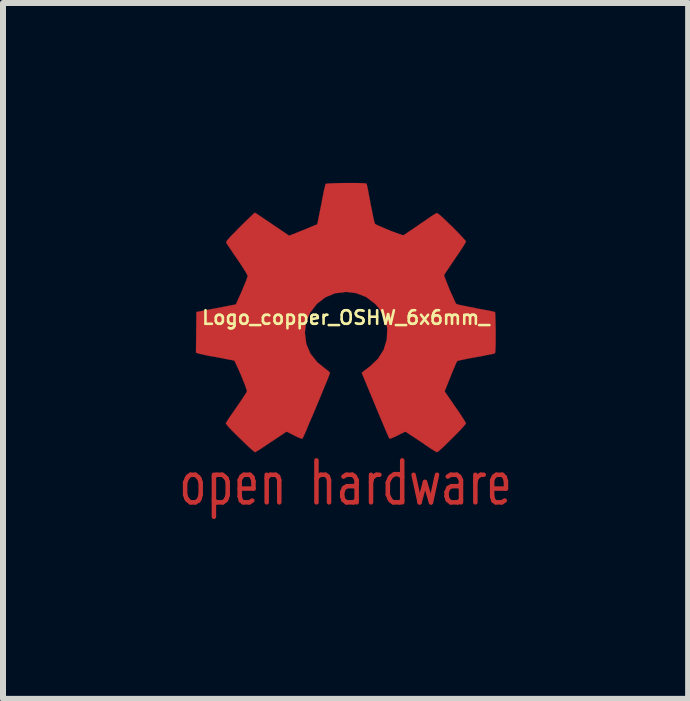
<source format=kicad_pcb>
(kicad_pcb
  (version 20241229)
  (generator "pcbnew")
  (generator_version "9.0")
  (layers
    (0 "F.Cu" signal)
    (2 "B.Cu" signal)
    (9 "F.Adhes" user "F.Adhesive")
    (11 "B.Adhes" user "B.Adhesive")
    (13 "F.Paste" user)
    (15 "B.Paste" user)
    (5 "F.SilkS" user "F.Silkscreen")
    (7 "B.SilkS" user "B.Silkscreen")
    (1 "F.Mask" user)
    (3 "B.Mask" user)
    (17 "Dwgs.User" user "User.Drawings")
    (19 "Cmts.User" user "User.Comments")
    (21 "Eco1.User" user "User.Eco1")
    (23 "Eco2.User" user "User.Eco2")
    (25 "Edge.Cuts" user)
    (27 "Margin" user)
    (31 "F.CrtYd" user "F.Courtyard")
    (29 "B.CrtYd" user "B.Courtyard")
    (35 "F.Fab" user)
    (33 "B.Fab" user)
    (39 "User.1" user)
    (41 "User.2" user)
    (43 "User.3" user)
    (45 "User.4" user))
  (footprint "Logo_copper_OSHW_6x6mm_"
    (layer "F.Cu")
    (at 2.717 2.247)
    (property "Reference" "Logo_copper_OSHW_6x6mm_" (at 0 0 0) (layer "F.SilkS") (effects (font (size 0.226 0.226) (thickness 0.043))))
    (attr through_hole)
    (fp_line (start -2.68 2.75) (end -2.68 2.95) (stroke (width 0.075) (type solid)) (layer "F.Cu"))
    (fp_line (start -2.68 2.95) (end -2.66 3.01) (stroke (width 0.075) (type solid)) (layer "F.Cu"))
    (fp_line (start -2.66 3.01) (end -2.64 3.04) (stroke (width 0.075) (type solid)) (layer "F.Cu"))
    (fp_line (start -2.65 2.68) (end -2.68 2.75) (stroke (width 0.075) (type solid)) (layer "F.Cu"))
    (fp_line (start -2.64 3.04) (end -2.59 3.08) (stroke (width 0.075) (type solid)) (layer "F.Cu"))
    (fp_line (start -2.63 2.65) (end -2.65 2.68) (stroke (width 0.075) (type solid)) (layer "F.Cu"))
    (fp_line (start -2.59 2.62) (end -2.63 2.65) (stroke (width 0.075) (type solid)) (layer "F.Cu"))
    (fp_line (start -2.59 3.08) (end -2.51 3.08) (stroke (width 0.075) (type solid)) (layer "F.Cu"))
    (fp_line (start -2.51 2.62) (end -2.59 2.62) (stroke (width 0.075) (type solid)) (layer "F.Cu"))
    (fp_line (start -2.51 3.08) (end -2.46 3.05) (stroke (width 0.075) (type solid)) (layer "F.Cu"))
    (fp_line (start -2.46 2.66) (end -2.51 2.62) (stroke (width 0.075) (type solid)) (layer "F.Cu"))
    (fp_line (start -2.46 3.05) (end -2.44 3.02) (stroke (width 0.075) (type solid)) (layer "F.Cu"))
    (fp_line (start -2.44 2.69) (end -2.46 2.66) (stroke (width 0.075) (type solid)) (layer "F.Cu"))
    (fp_line (start -2.44 3.02) (end -2.42 2.95) (stroke (width 0.075) (type solid)) (layer "F.Cu"))
    (fp_line (start -2.42 2.75) (end -2.44 2.69) (stroke (width 0.075) (type solid)) (layer "F.Cu"))
    (fp_line (start -2.42 2.95) (end -2.42 2.75) (stroke (width 0.075) (type solid)) (layer "F.Cu"))
    (fp_line (start -2.2 2.65) (end -2.16 2.62) (stroke (width 0.075) (type solid)) (layer "F.Cu"))
    (fp_line (start -2.2 3.32) (end -2.2 2.62) (stroke (width 0.075) (type solid)) (layer "F.Cu"))
    (fp_line (start -2.16 2.62) (end -2.06 2.62) (stroke (width 0.075) (type solid)) (layer "F.Cu"))
    (fp_line (start -2.15 3.08) (end -2.2 3.05) (stroke (width 0.075) (type solid)) (layer "F.Cu"))
    (fp_line (start -2.06 2.62) (end -2.02 2.65) (stroke (width 0.075) (type solid)) (layer "F.Cu"))
    (fp_line (start -2.05 3.08) (end -2.15 3.08) (stroke (width 0.075) (type solid)) (layer "F.Cu"))
    (fp_line (start -2.02 2.65) (end -1.99 2.68) (stroke (width 0.075) (type solid)) (layer "F.Cu"))
    (fp_line (start -2.01 3.05) (end -2.05 3.08) (stroke (width 0.075) (type solid)) (layer "F.Cu"))
    (fp_line (start -1.99 2.68) (end -1.97 2.74) (stroke (width 0.075) (type solid)) (layer "F.Cu"))
    (fp_line (start -1.99 3.02) (end -2.01 3.05) (stroke (width 0.075) (type solid)) (layer "F.Cu"))
    (fp_line (start -1.97 2.74) (end -1.97 2.96) (stroke (width 0.075) (type solid)) (layer "F.Cu"))
    (fp_line (start -1.97 2.96) (end -1.99 3.02) (stroke (width 0.075) (type solid)) (layer "F.Cu"))
    (fp_line (start -1.77 2.71) (end -1.77 2.98) (stroke (width 0.075) (type solid)) (layer "F.Cu"))
    (fp_line (start -1.77 2.98) (end -1.75 3.05) (stroke (width 0.075) (type solid)) (layer "F.Cu"))
    (fp_line (start -1.75 3.05) (end -1.71 3.08) (stroke (width 0.075) (type solid)) (layer "F.Cu"))
    (fp_line (start -1.74 2.65) (end -1.77 2.71) (stroke (width 0.075) (type solid)) (layer "F.Cu"))
    (fp_line (start -1.71 3.08) (end -1.61 3.08) (stroke (width 0.075) (type solid)) (layer "F.Cu"))
    (fp_line (start -1.7 2.62) (end -1.74 2.65) (stroke (width 0.075) (type solid)) (layer "F.Cu"))
    (fp_line (start -1.61 3.08) (end -1.56 3.05) (stroke (width 0.075) (type solid)) (layer "F.Cu"))
    (fp_line (start -1.6 2.62) (end -1.7 2.62) (stroke (width 0.075) (type solid)) (layer "F.Cu"))
    (fp_line (start -1.56 2.66) (end -1.6 2.62) (stroke (width 0.075) (type solid)) (layer "F.Cu"))
    (fp_line (start -1.54 2.73) (end -1.56 2.66) (stroke (width 0.075) (type solid)) (layer "F.Cu"))
    (fp_line (start -1.54 2.85) (end -1.77 2.85) (stroke (width 0.075) (type solid)) (layer "F.Cu"))
    (fp_line (start -1.54 2.85) (end -1.54 2.73) (stroke (width 0.075) (type solid)) (layer "F.Cu"))
    (fp_line (start -1.32 2.62) (end -1.32 3.08) (stroke (width 0.075) (type solid)) (layer "F.Cu"))
    (fp_line (start -1.32 2.68) (end -1.3 2.65) (stroke (width 0.075) (type solid)) (layer "F.Cu"))
    (fp_line (start -1.3 2.65) (end -1.26 2.62) (stroke (width 0.075) (type solid)) (layer "F.Cu"))
    (fp_line (start -1.26 2.62) (end -1.17 2.62) (stroke (width 0.075) (type solid)) (layer "F.Cu"))
    (fp_line (start -1.17 2.62) (end -1.13 2.65) (stroke (width 0.075) (type solid)) (layer "F.Cu"))
    (fp_line (start -1.13 2.65) (end -1.11 2.71) (stroke (width 0.075) (type solid)) (layer "F.Cu"))
    (fp_line (start -1.11 2.71) (end -1.11 3.08) (stroke (width 0.075) (type solid)) (layer "F.Cu"))
    (fp_line (start -0.49 2.38) (end -0.49 3.08) (stroke (width 0.075) (type solid)) (layer "F.Cu"))
    (fp_line (start -0.49 2.69) (end -0.47 2.65) (stroke (width 0.075) (type solid)) (layer "F.Cu"))
    (fp_line (start -0.47 2.65) (end -0.42 2.62) (stroke (width 0.075) (type solid)) (layer "F.Cu"))
    (fp_line (start -0.42 2.62) (end -0.34 2.62) (stroke (width 0.075) (type solid)) (layer "F.Cu"))
    (fp_line (start -0.34 2.62) (end -0.3 2.65) (stroke (width 0.075) (type solid)) (layer "F.Cu"))
    (fp_line (start -0.3 2.65) (end -0.28 2.71) (stroke (width 0.075) (type solid)) (layer "F.Cu"))
    (fp_line (start -0.28 2.71) (end -0.28 3.08) (stroke (width 0.075) (type solid)) (layer "F.Cu"))
    (fp_line (start -0.06 2.91) (end -0.06 2.98) (stroke (width 0.075) (type solid)) (layer "F.Cu"))
    (fp_line (start -0.06 2.98) (end -0.04 3.04) (stroke (width 0.075) (type solid)) (layer "F.Cu"))
    (fp_line (start -0.04 2.65) (end 0.01 2.62) (stroke (width 0.075) (type solid)) (layer "F.Cu"))
    (fp_line (start -0.04 3.04) (end 0.01 3.08) (stroke (width 0.075) (type solid)) (layer "F.Cu"))
    (fp_line (start -0.03 2.84) (end -0.06 2.91) (stroke (width 0.075) (type solid)) (layer "F.Cu"))
    (fp_line (start 0.01 2.62) (end 0.11 2.62) (stroke (width 0.075) (type solid)) (layer "F.Cu"))
    (fp_line (start 0.01 3.08) (end 0.13 3.08) (stroke (width 0.075) (type solid)) (layer "F.Cu"))
    (fp_line (start 0.02 2.81) (end -0.03 2.84) (stroke (width 0.075) (type solid)) (layer "F.Cu"))
    (fp_line (start 0.11 2.62) (end 0.15 2.65) (stroke (width 0.075) (type solid)) (layer "F.Cu"))
    (fp_line (start 0.13 3.08) (end 0.18 3.04) (stroke (width 0.075) (type solid)) (layer "F.Cu"))
    (fp_line (start 0.14 2.81) (end 0.02 2.81) (stroke (width 0.075) (type solid)) (layer "F.Cu"))
    (fp_line (start 0.15 2.65) (end 0.18 2.71) (stroke (width 0.075) (type solid)) (layer "F.Cu"))
    (fp_line (start 0.18 2.71) (end 0.18 3.08) (stroke (width 0.075) (type solid)) (layer "F.Cu"))
    (fp_line (start 0.18 2.78) (end 0.14 2.81) (stroke (width 0.075) (type solid)) (layer "F.Cu"))
    (fp_line (start 0.42 2.62) (end 0.42 3.08) (stroke (width 0.075) (type solid)) (layer "F.Cu"))
    (fp_line (start 0.42 2.74) (end 0.44 2.67) (stroke (width 0.075) (type solid)) (layer "F.Cu"))
    (fp_line (start 0.44 2.67) (end 0.46 2.65) (stroke (width 0.075) (type solid)) (layer "F.Cu"))
    (fp_line (start 0.46 2.65) (end 0.51 2.62) (stroke (width 0.075) (type solid)) (layer "F.Cu"))
    (fp_line (start 0.51 2.62) (end 0.56 2.62) (stroke (width 0.075) (type solid)) (layer "F.Cu"))
    (fp_line (start 0.7 2.75) (end 0.73 2.68) (stroke (width 0.075) (type solid)) (layer "F.Cu"))
    (fp_line (start 0.7 2.95) (end 0.7 2.75) (stroke (width 0.075) (type solid)) (layer "F.Cu"))
    (fp_line (start 0.73 2.68) (end 0.75 2.65) (stroke (width 0.075) (type solid)) (layer "F.Cu"))
    (fp_line (start 0.73 3.02) (end 0.7 2.95) (stroke (width 0.075) (type solid)) (layer "F.Cu"))
    (fp_line (start 0.75 2.65) (end 0.81 2.61) (stroke (width 0.075) (type solid)) (layer "F.Cu"))
    (fp_line (start 0.75 3.05) (end 0.73 3.02) (stroke (width 0.075) (type solid)) (layer "F.Cu"))
    (fp_line (start 0.79 3.08) (end 0.75 3.05) (stroke (width 0.075) (type solid)) (layer "F.Cu"))
    (fp_line (start 0.81 2.61) (end 0.88 2.61) (stroke (width 0.075) (type solid)) (layer "F.Cu"))
    (fp_line (start 0.88 2.61) (end 0.94 2.65) (stroke (width 0.075) (type solid)) (layer "F.Cu"))
    (fp_line (start 0.9 3.08) (end 0.79 3.08) (stroke (width 0.075) (type solid)) (layer "F.Cu"))
    (fp_line (start 0.94 2.38) (end 0.94 3.08) (stroke (width 0.075) (type solid)) (layer "F.Cu"))
    (fp_line (start 0.94 3.05) (end 0.9 3.08) (stroke (width 0.075) (type solid)) (layer "F.Cu"))
    (fp_line (start 1.13 2.62) (end 1.23 3.08) (stroke (width 0.075) (type solid)) (layer "F.Cu"))
    (fp_line (start 1.23 3.08) (end 1.32 2.74) (stroke (width 0.075) (type solid)) (layer "F.Cu"))
    (fp_line (start 1.32 2.74) (end 1.42 3.08) (stroke (width 0.075) (type solid)) (layer "F.Cu"))
    (fp_line (start 1.42 3.08) (end 1.52 2.62) (stroke (width 0.075) (type solid)) (layer "F.Cu"))
    (fp_line (start 1.68 2.91) (end 1.68 2.98) (stroke (width 0.075) (type solid)) (layer "F.Cu"))
    (fp_line (start 1.68 2.98) (end 1.7 3.04) (stroke (width 0.075) (type solid)) (layer "F.Cu"))
    (fp_line (start 1.7 2.65) (end 1.75 2.62) (stroke (width 0.075) (type solid)) (layer "F.Cu"))
    (fp_line (start 1.7 3.04) (end 1.75 3.08) (stroke (width 0.075) (type solid)) (layer "F.Cu"))
    (fp_line (start 1.71 2.84) (end 1.68 2.91) (stroke (width 0.075) (type solid)) (layer "F.Cu"))
    (fp_line (start 1.75 2.62) (end 1.85 2.62) (stroke (width 0.075) (type solid)) (layer "F.Cu"))
    (fp_line (start 1.75 3.08) (end 1.87 3.08) (stroke (width 0.075) (type solid)) (layer "F.Cu"))
    (fp_line (start 1.76 2.81) (end 1.71 2.84) (stroke (width 0.075) (type solid)) (layer "F.Cu"))
    (fp_line (start 1.85 2.62) (end 1.89 2.65) (stroke (width 0.075) (type solid)) (layer "F.Cu"))
    (fp_line (start 1.87 3.08) (end 1.92 3.04) (stroke (width 0.075) (type solid)) (layer "F.Cu"))
    (fp_line (start 1.88 2.81) (end 1.76 2.81) (stroke (width 0.075) (type solid)) (layer "F.Cu"))
    (fp_line (start 1.89 2.65) (end 1.92 2.71) (stroke (width 0.075) (type solid)) (layer "F.Cu"))
    (fp_line (start 1.92 2.71) (end 1.92 3.08) (stroke (width 0.075) (type solid)) (layer "F.Cu"))
    (fp_line (start 1.92 2.78) (end 1.88 2.81) (stroke (width 0.075) (type solid)) (layer "F.Cu"))
    (fp_line (start 2.16 2.62) (end 2.16 3.08) (stroke (width 0.075) (type solid)) (layer "F.Cu"))
    (fp_line (start 2.16 2.74) (end 2.18 2.67) (stroke (width 0.075) (type solid)) (layer "F.Cu"))
    (fp_line (start 2.18 2.67) (end 2.2 2.65) (stroke (width 0.075) (type solid)) (layer "F.Cu"))
    (fp_line (start 2.2 2.65) (end 2.25 2.62) (stroke (width 0.075) (type solid)) (layer "F.Cu"))
    (fp_line (start 2.25 2.62) (end 2.3 2.62) (stroke (width 0.075) (type solid)) (layer "F.Cu"))
    (fp_line (start 2.44 2.71) (end 2.44 2.98) (stroke (width 0.075) (type solid)) (layer "F.Cu"))
    (fp_line (start 2.44 2.98) (end 2.46 3.05) (stroke (width 0.075) (type solid)) (layer "F.Cu"))
    (fp_line (start 2.46 3.05) (end 2.5 3.08) (stroke (width 0.075) (type solid)) (layer "F.Cu"))
    (fp_line (start 2.47 2.65) (end 2.44 2.71) (stroke (width 0.075) (type solid)) (layer "F.Cu"))
    (fp_line (start 2.5 3.08) (end 2.6 3.08) (stroke (width 0.075) (type solid)) (layer "F.Cu"))
    (fp_line (start 2.51 2.62) (end 2.47 2.65) (stroke (width 0.075) (type solid)) (layer "F.Cu"))
    (fp_line (start 2.6 3.08) (end 2.65 3.05) (stroke (width 0.075) (type solid)) (layer "F.Cu"))
    (fp_line (start 2.61 2.62) (end 2.51 2.62) (stroke (width 0.075) (type solid)) (layer "F.Cu"))
    (fp_line (start 2.65 2.66) (end 2.61 2.62) (stroke (width 0.075) (type solid)) (layer "F.Cu"))
    (fp_line (start 2.67 2.73) (end 2.65 2.66) (stroke (width 0.075) (type solid)) (layer "F.Cu"))
    (fp_line (start 2.67 2.85) (end 2.44 2.85) (stroke (width 0.075) (type solid)) (layer "F.Cu"))
    (fp_line (start 2.67 2.85) (end 2.67 2.73) (stroke (width 0.075) (type solid)) (layer "F.Cu"))
    (fp_poly (pts (xy -1.514 2.245) (xy -1.488 2.23) (xy -1.43 2.195) (xy -1.346 2.139) (xy -1.247 2.073) (xy -1.148 2.007) (xy -1.067 1.953) (xy -1.011 1.915) (xy -0.986 1.902) (xy -0.973 1.908) (xy -0.927 1.93) (xy -0.859 1.966) (xy -0.818 1.986) (xy -0.757 2.012) (xy -0.724 2.019) (xy -0.719 2.009) (xy -0.696 1.961) (xy -0.66 1.88) (xy -0.615 1.77) (xy -0.559 1.643) (xy -0.503 1.509) (xy -0.445 1.369) (xy -0.389 1.234) (xy -0.34 1.115) (xy -0.3 1.019) (xy -0.274 0.95) (xy -0.264 0.922) (xy -0.267 0.914) (xy -0.3 0.884) (xy -0.353 0.843) (xy -0.472 0.747) (xy -0.589 0.602) (xy -0.66 0.437) (xy -0.683 0.251) (xy -0.663 0.081) (xy -0.597 -0.081) (xy -0.483 -0.229) (xy -0.343 -0.338) (xy -0.18 -0.406) (xy 0 -0.429) (xy 0.173 -0.409) (xy 0.34 -0.343) (xy 0.488 -0.231) (xy 0.551 -0.16) (xy 0.638 -0.01) (xy 0.686 0.147) (xy 0.691 0.188) (xy 0.683 0.363) (xy 0.632 0.533) (xy 0.538 0.683) (xy 0.409 0.808) (xy 0.394 0.818) (xy 0.335 0.864) (xy 0.295 0.894) (xy 0.264 0.919) (xy 0.488 1.458) (xy 0.523 1.542) (xy 0.584 1.689) (xy 0.638 1.816) (xy 0.681 1.918) (xy 0.711 1.984) (xy 0.724 2.012) (xy 0.724 2.014) (xy 0.744 2.017) (xy 0.785 2.002) (xy 0.861 1.966) (xy 0.909 1.941) (xy 0.968 1.913) (xy 0.993 1.902) (xy 1.016 1.915) (xy 1.069 1.951) (xy 1.151 2.004) (xy 1.247 2.068) (xy 1.339 2.131) (xy 1.422 2.187) (xy 1.483 2.225) (xy 1.514 2.243) (xy 1.519 2.243) (xy 1.544 2.228) (xy 1.593 2.187) (xy 1.666 2.118) (xy 1.77 2.014) (xy 1.786 1.999) (xy 1.872 1.913) (xy 1.941 1.839) (xy 1.986 1.788) (xy 2.004 1.765) (xy 1.989 1.735) (xy 1.951 1.674) (xy 1.895 1.587) (xy 1.826 1.488) (xy 1.648 1.229) (xy 1.745 0.986) (xy 1.775 0.909) (xy 1.814 0.82) (xy 1.841 0.754) (xy 1.857 0.726) (xy 1.882 0.716) (xy 1.951 0.701) (xy 2.047 0.681) (xy 2.162 0.66) (xy 2.273 0.64) (xy 2.372 0.62) (xy 2.443 0.607) (xy 2.477 0.599) (xy 2.484 0.594) (xy 2.492 0.579) (xy 2.494 0.546) (xy 2.497 0.485) (xy 2.499 0.391) (xy 2.499 0.251) (xy 2.499 0.236) (xy 2.497 0.107) (xy 2.494 0) (xy 2.492 -0.066) (xy 2.487 -0.094) (xy 2.456 -0.102) (xy 2.385 -0.117) (xy 2.286 -0.135) (xy 2.167 -0.157) (xy 2.159 -0.16) (xy 2.042 -0.183) (xy 1.943 -0.203) (xy 1.872 -0.218) (xy 1.844 -0.229) (xy 1.836 -0.236) (xy 1.814 -0.282) (xy 1.781 -0.356) (xy 1.74 -0.445) (xy 1.702 -0.538) (xy 1.669 -0.622) (xy 1.646 -0.683) (xy 1.638 -0.711) (xy 1.641 -0.714) (xy 1.659 -0.742) (xy 1.699 -0.803) (xy 1.755 -0.886) (xy 1.824 -0.988) (xy 1.829 -0.996) (xy 1.897 -1.095) (xy 1.953 -1.181) (xy 1.989 -1.24) (xy 2.004 -1.267) (xy 2.004 -1.27) (xy 1.981 -1.3) (xy 1.93 -1.356) (xy 1.857 -1.433) (xy 1.77 -1.521) (xy 1.742 -1.547) (xy 1.643 -1.643) (xy 1.577 -1.704) (xy 1.534 -1.737) (xy 1.514 -1.745) (xy 1.483 -1.727) (xy 1.42 -1.687) (xy 1.336 -1.628) (xy 1.234 -1.56) (xy 1.227 -1.554) (xy 1.128 -1.486) (xy 1.044 -1.43) (xy 0.986 -1.389) (xy 0.958 -1.374) (xy 0.955 -1.374) (xy 0.914 -1.387) (xy 0.843 -1.412) (xy 0.754 -1.445) (xy 0.663 -1.483) (xy 0.579 -1.519) (xy 0.516 -1.547) (xy 0.485 -1.565) (xy 0.475 -1.6) (xy 0.457 -1.676) (xy 0.437 -1.778) (xy 0.411 -1.9) (xy 0.409 -1.92) (xy 0.386 -2.04) (xy 0.368 -2.139) (xy 0.353 -2.207) (xy 0.345 -2.235) (xy 0.33 -2.238) (xy 0.272 -2.243) (xy 0.183 -2.245) (xy 0.074 -2.245) (xy -0.038 -2.245) (xy -0.147 -2.243) (xy -0.241 -2.24) (xy -0.31 -2.235) (xy -0.338 -2.23) (xy -0.338 -2.228) (xy -0.348 -2.189) (xy -0.366 -2.116) (xy -0.386 -2.012) (xy -0.409 -1.89) (xy -0.414 -1.867) (xy -0.437 -1.75) (xy -0.457 -1.651) (xy -0.47 -1.585) (xy -0.478 -1.557) (xy -0.49 -1.552) (xy -0.538 -1.532) (xy -0.617 -1.499) (xy -0.716 -1.458) (xy -0.945 -1.367) (xy -1.227 -1.557) (xy -1.252 -1.575) (xy -1.354 -1.643) (xy -1.435 -1.699) (xy -1.494 -1.737) (xy -1.516 -1.75) (xy -1.519 -1.75) (xy -1.547 -1.725) (xy -1.603 -1.671) (xy -1.679 -1.598) (xy -1.768 -1.511) (xy -1.831 -1.445) (xy -1.91 -1.367) (xy -1.958 -1.313) (xy -1.986 -1.28) (xy -1.994 -1.26) (xy -1.991 -1.245) (xy -1.974 -1.217) (xy -1.933 -1.156) (xy -1.875 -1.069) (xy -1.806 -0.97) (xy -1.75 -0.886) (xy -1.689 -0.792) (xy -1.651 -0.726) (xy -1.636 -0.693) (xy -1.641 -0.681) (xy -1.659 -0.625) (xy -1.694 -0.541) (xy -1.735 -0.442) (xy -1.834 -0.221) (xy -1.979 -0.193) (xy -2.068 -0.175) (xy -2.189 -0.152) (xy -2.309 -0.13) (xy -2.492 -0.094) (xy -2.499 0.582) (xy -2.471 0.594) (xy -2.443 0.602) (xy -2.375 0.617) (xy -2.278 0.638) (xy -2.162 0.658) (xy -2.065 0.676) (xy -1.966 0.696) (xy -1.895 0.709) (xy -1.864 0.716) (xy -1.854 0.726) (xy -1.831 0.775) (xy -1.796 0.851) (xy -1.755 0.942) (xy -1.717 1.036) (xy -1.681 1.125) (xy -1.659 1.191) (xy -1.648 1.224) (xy -1.661 1.252) (xy -1.699 1.311) (xy -1.753 1.392) (xy -1.821 1.491) (xy -1.887 1.587) (xy -1.946 1.671) (xy -1.984 1.732) (xy -2.002 1.76) (xy -1.991 1.778) (xy -1.953 1.826) (xy -1.88 1.902) (xy -1.768 2.012) (xy -1.75 2.029) (xy -1.664 2.113) (xy -1.59 2.182) (xy -1.537 2.228) (xy -1.514 2.245)) (stroke (width 0.003) (type solid)) (fill yes) (layer "F.Cu"))
    (fp_line (start -2.68 2.75) (end -2.68 2.95) (stroke (width 0.075) (type solid)) (layer "F.Mask"))
    (fp_line (start -2.68 2.95) (end -2.66 3.01) (stroke (width 0.075) (type solid)) (layer "F.Mask"))
    (fp_line (start -2.66 3.01) (end -2.64 3.04) (stroke (width 0.075) (type solid)) (layer "F.Mask"))
    (fp_line (start -2.65 2.68) (end -2.68 2.75) (stroke (width 0.075) (type solid)) (layer "F.Mask"))
    (fp_line (start -2.64 3.04) (end -2.59 3.08) (stroke (width 0.075) (type solid)) (layer "F.Mask"))
    (fp_line (start -2.63 2.65) (end -2.65 2.68) (stroke (width 0.075) (type solid)) (layer "F.Mask"))
    (fp_line (start -2.59 2.62) (end -2.63 2.65) (stroke (width 0.075) (type solid)) (layer "F.Mask"))
    (fp_line (start -2.59 3.08) (end -2.51 3.08) (stroke (width 0.075) (type solid)) (layer "F.Mask"))
    (fp_line (start -2.51 2.62) (end -2.59 2.62) (stroke (width 0.075) (type solid)) (layer "F.Mask"))
    (fp_line (start -2.51 3.08) (end -2.46 3.05) (stroke (width 0.075) (type solid)) (layer "F.Mask"))
    (fp_line (start -2.46 2.66) (end -2.51 2.62) (stroke (width 0.075) (type solid)) (layer "F.Mask"))
    (fp_line (start -2.46 3.05) (end -2.44 3.02) (stroke (width 0.075) (type solid)) (layer "F.Mask"))
    (fp_line (start -2.44 2.69) (end -2.46 2.66) (stroke (width 0.075) (type solid)) (layer "F.Mask"))
    (fp_line (start -2.44 3.02) (end -2.42 2.95) (stroke (width 0.075) (type solid)) (layer "F.Mask"))
    (fp_line (start -2.42 2.75) (end -2.44 2.69) (stroke (width 0.075) (type solid)) (layer "F.Mask"))
    (fp_line (start -2.42 2.95) (end -2.42 2.75) (stroke (width 0.075) (type solid)) (layer "F.Mask"))
    (fp_line (start -2.2 2.65) (end -2.16 2.62) (stroke (width 0.075) (type solid)) (layer "F.Mask"))
    (fp_line (start -2.2 3.32) (end -2.2 2.62) (stroke (width 0.075) (type solid)) (layer "F.Mask"))
    (fp_line (start -2.16 2.62) (end -2.06 2.62) (stroke (width 0.075) (type solid)) (layer "F.Mask"))
    (fp_line (start -2.15 3.08) (end -2.2 3.05) (stroke (width 0.075) (type solid)) (layer "F.Mask"))
    (fp_line (start -2.06 2.62) (end -2.02 2.65) (stroke (width 0.075) (type solid)) (layer "F.Mask"))
    (fp_line (start -2.05 3.08) (end -2.15 3.08) (stroke (width 0.075) (type solid)) (layer "F.Mask"))
    (fp_line (start -2.02 2.65) (end -1.99 2.68) (stroke (width 0.075) (type solid)) (layer "F.Mask"))
    (fp_line (start -2.01 3.05) (end -2.05 3.08) (stroke (width 0.075) (type solid)) (layer "F.Mask"))
    (fp_line (start -1.99 2.68) (end -1.97 2.74) (stroke (width 0.075) (type solid)) (layer "F.Mask"))
    (fp_line (start -1.99 3.02) (end -2.01 3.05) (stroke (width 0.075) (type solid)) (layer "F.Mask"))
    (fp_line (start -1.97 2.74) (end -1.97 2.96) (stroke (width 0.075) (type solid)) (layer "F.Mask"))
    (fp_line (start -1.97 2.96) (end -1.99 3.02) (stroke (width 0.075) (type solid)) (layer "F.Mask"))
    (fp_line (start -1.77 2.71) (end -1.77 2.98) (stroke (width 0.075) (type solid)) (layer "F.Mask"))
    (fp_line (start -1.77 2.98) (end -1.75 3.05) (stroke (width 0.075) (type solid)) (layer "F.Mask"))
    (fp_line (start -1.75 3.05) (end -1.71 3.08) (stroke (width 0.075) (type solid)) (layer "F.Mask"))
    (fp_line (start -1.74 2.65) (end -1.77 2.71) (stroke (width 0.075) (type solid)) (layer "F.Mask"))
    (fp_line (start -1.71 3.08) (end -1.61 3.08) (stroke (width 0.075) (type solid)) (layer "F.Mask"))
    (fp_line (start -1.7 2.62) (end -1.74 2.65) (stroke (width 0.075) (type solid)) (layer "F.Mask"))
    (fp_line (start -1.61 3.08) (end -1.56 3.05) (stroke (width 0.075) (type solid)) (layer "F.Mask"))
    (fp_line (start -1.6 2.62) (end -1.7 2.62) (stroke (width 0.075) (type solid)) (layer "F.Mask"))
    (fp_line (start -1.56 2.66) (end -1.6 2.62) (stroke (width 0.075) (type solid)) (layer "F.Mask"))
    (fp_line (start -1.54 2.73) (end -1.56 2.66) (stroke (width 0.075) (type solid)) (layer "F.Mask"))
    (fp_line (start -1.54 2.85) (end -1.77 2.85) (stroke (width 0.075) (type solid)) (layer "F.Mask"))
    (fp_line (start -1.54 2.85) (end -1.54 2.73) (stroke (width 0.075) (type solid)) (layer "F.Mask"))
    (fp_line (start -1.32 2.62) (end -1.32 3.08) (stroke (width 0.075) (type solid)) (layer "F.Mask"))
    (fp_line (start -1.32 2.68) (end -1.3 2.65) (stroke (width 0.075) (type solid)) (layer "F.Mask"))
    (fp_line (start -1.3 2.65) (end -1.26 2.62) (stroke (width 0.075) (type solid)) (layer "F.Mask"))
    (fp_line (start -1.26 2.62) (end -1.17 2.62) (stroke (width 0.075) (type solid)) (layer "F.Mask"))
    (fp_line (start -1.17 2.62) (end -1.13 2.65) (stroke (width 0.075) (type solid)) (layer "F.Mask"))
    (fp_line (start -1.13 2.65) (end -1.11 2.71) (stroke (width 0.075) (type solid)) (layer "F.Mask"))
    (fp_line (start -1.11 2.71) (end -1.11 3.08) (stroke (width 0.075) (type solid)) (layer "F.Mask"))
    (fp_line (start -0.49 2.38) (end -0.49 3.08) (stroke (width 0.075) (type solid)) (layer "F.Mask"))
    (fp_line (start -0.49 2.69) (end -0.47 2.65) (stroke (width 0.075) (type solid)) (layer "F.Mask"))
    (fp_line (start -0.47 2.65) (end -0.42 2.62) (stroke (width 0.075) (type solid)) (layer "F.Mask"))
    (fp_line (start -0.42 2.62) (end -0.34 2.62) (stroke (width 0.075) (type solid)) (layer "F.Mask"))
    (fp_line (start -0.34 2.62) (end -0.3 2.65) (stroke (width 0.075) (type solid)) (layer "F.Mask"))
    (fp_line (start -0.3 2.65) (end -0.28 2.71) (stroke (width 0.075) (type solid)) (layer "F.Mask"))
    (fp_line (start -0.28 2.71) (end -0.28 3.08) (stroke (width 0.075) (type solid)) (layer "F.Mask"))
    (fp_line (start -0.06 2.91) (end -0.06 2.98) (stroke (width 0.075) (type solid)) (layer "F.Mask"))
    (fp_line (start -0.06 2.98) (end -0.04 3.04) (stroke (width 0.075) (type solid)) (layer "F.Mask"))
    (fp_line (start -0.04 2.65) (end 0.01 2.62) (stroke (width 0.075) (type solid)) (layer "F.Mask"))
    (fp_line (start -0.04 3.04) (end 0.01 3.08) (stroke (width 0.075) (type solid)) (layer "F.Mask"))
    (fp_line (start -0.03 2.84) (end -0.06 2.91) (stroke (width 0.075) (type solid)) (layer "F.Mask"))
    (fp_line (start 0.01 2.62) (end 0.11 2.62) (stroke (width 0.075) (type solid)) (layer "F.Mask"))
    (fp_line (start 0.01 3.08) (end 0.13 3.08) (stroke (width 0.075) (type solid)) (layer "F.Mask"))
    (fp_line (start 0.02 2.81) (end -0.03 2.84) (stroke (width 0.075) (type solid)) (layer "F.Mask"))
    (fp_line (start 0.11 2.62) (end 0.15 2.65) (stroke (width 0.075) (type solid)) (layer "F.Mask"))
    (fp_line (start 0.13 3.08) (end 0.18 3.04) (stroke (width 0.075) (type solid)) (layer "F.Mask"))
    (fp_line (start 0.14 2.81) (end 0.02 2.81) (stroke (width 0.075) (type solid)) (layer "F.Mask"))
    (fp_line (start 0.15 2.65) (end 0.18 2.71) (stroke (width 0.075) (type solid)) (layer "F.Mask"))
    (fp_line (start 0.18 2.71) (end 0.18 3.08) (stroke (width 0.075) (type solid)) (layer "F.Mask"))
    (fp_line (start 0.18 2.78) (end 0.14 2.81) (stroke (width 0.075) (type solid)) (layer "F.Mask"))
    (fp_line (start 0.42 2.62) (end 0.42 3.08) (stroke (width 0.075) (type solid)) (layer "F.Mask"))
    (fp_line (start 0.42 2.74) (end 0.44 2.67) (stroke (width 0.075) (type solid)) (layer "F.Mask"))
    (fp_line (start 0.44 2.67) (end 0.46 2.65) (stroke (width 0.075) (type solid)) (layer "F.Mask"))
    (fp_line (start 0.46 2.65) (end 0.51 2.62) (stroke (width 0.075) (type solid)) (layer "F.Mask"))
    (fp_line (start 0.51 2.62) (end 0.56 2.62) (stroke (width 0.075) (type solid)) (layer "F.Mask"))
    (fp_line (start 0.7 2.75) (end 0.73 2.68) (stroke (width 0.075) (type solid)) (layer "F.Mask"))
    (fp_line (start 0.7 2.95) (end 0.7 2.75) (stroke (width 0.075) (type solid)) (layer "F.Mask"))
    (fp_line (start 0.73 2.68) (end 0.75 2.65) (stroke (width 0.075) (type solid)) (layer "F.Mask"))
    (fp_line (start 0.73 3.02) (end 0.7 2.95) (stroke (width 0.075) (type solid)) (layer "F.Mask"))
    (fp_line (start 0.75 2.65) (end 0.81 2.61) (stroke (width 0.075) (type solid)) (layer "F.Mask"))
    (fp_line (start 0.75 3.05) (end 0.73 3.02) (stroke (width 0.075) (type solid)) (layer "F.Mask"))
    (fp_line (start 0.79 3.08) (end 0.75 3.05) (stroke (width 0.075) (type solid)) (layer "F.Mask"))
    (fp_line (start 0.81 2.61) (end 0.88 2.61) (stroke (width 0.075) (type solid)) (layer "F.Mask"))
    (fp_line (start 0.88 2.61) (end 0.94 2.65) (stroke (width 0.075) (type solid)) (layer "F.Mask"))
    (fp_line (start 0.9 3.08) (end 0.79 3.08) (stroke (width 0.075) (type solid)) (layer "F.Mask"))
    (fp_line (start 0.94 2.38) (end 0.94 3.08) (stroke (width 0.075) (type solid)) (layer "F.Mask"))
    (fp_line (start 0.94 3.05) (end 0.9 3.08) (stroke (width 0.075) (type solid)) (layer "F.Mask"))
    (fp_line (start 1.13 2.62) (end 1.23 3.08) (stroke (width 0.075) (type solid)) (layer "F.Mask"))
    (fp_line (start 1.23 3.08) (end 1.32 2.74) (stroke (width 0.075) (type solid)) (layer "F.Mask"))
    (fp_line (start 1.32 2.74) (end 1.42 3.08) (stroke (width 0.075) (type solid)) (layer "F.Mask"))
    (fp_line (start 1.42 3.08) (end 1.52 2.62) (stroke (width 0.075) (type solid)) (layer "F.Mask"))
    (fp_line (start 1.68 2.91) (end 1.68 2.98) (stroke (width 0.075) (type solid)) (layer "F.Mask"))
    (fp_line (start 1.68 2.98) (end 1.7 3.04) (stroke (width 0.075) (type solid)) (layer "F.Mask"))
    (fp_line (start 1.7 2.65) (end 1.75 2.62) (stroke (width 0.075) (type solid)) (layer "F.Mask"))
    (fp_line (start 1.7 3.04) (end 1.75 3.08) (stroke (width 0.075) (type solid)) (layer "F.Mask"))
    (fp_line (start 1.71 2.84) (end 1.68 2.91) (stroke (width 0.075) (type solid)) (layer "F.Mask"))
    (fp_line (start 1.75 2.62) (end 1.85 2.62) (stroke (width 0.075) (type solid)) (layer "F.Mask"))
    (fp_line (start 1.75 3.08) (end 1.87 3.08) (stroke (width 0.075) (type solid)) (layer "F.Mask"))
    (fp_line (start 1.76 2.81) (end 1.71 2.84) (stroke (width 0.075) (type solid)) (layer "F.Mask"))
    (fp_line (start 1.85 2.62) (end 1.89 2.65) (stroke (width 0.075) (type solid)) (layer "F.Mask"))
    (fp_line (start 1.87 3.08) (end 1.92 3.04) (stroke (width 0.075) (type solid)) (layer "F.Mask"))
    (fp_line (start 1.88 2.81) (end 1.76 2.81) (stroke (width 0.075) (type solid)) (layer "F.Mask"))
    (fp_line (start 1.89 2.65) (end 1.92 2.71) (stroke (width 0.075) (type solid)) (layer "F.Mask"))
    (fp_line (start 1.92 2.71) (end 1.92 3.08) (stroke (width 0.075) (type solid)) (layer "F.Mask"))
    (fp_line (start 1.92 2.78) (end 1.88 2.81) (stroke (width 0.075) (type solid)) (layer "F.Mask"))
    (fp_line (start 2.16 2.62) (end 2.16 3.08) (stroke (width 0.075) (type solid)) (layer "F.Mask"))
    (fp_line (start 2.16 2.74) (end 2.18 2.67) (stroke (width 0.075) (type solid)) (layer "F.Mask"))
    (fp_line (start 2.18 2.67) (end 2.2 2.65) (stroke (width 0.075) (type solid)) (layer "F.Mask"))
    (fp_line (start 2.2 2.65) (end 2.25 2.62) (stroke (width 0.075) (type solid)) (layer "F.Mask"))
    (fp_line (start 2.25 2.62) (end 2.3 2.62) (stroke (width 0.075) (type solid)) (layer "F.Mask"))
    (fp_line (start 2.44 2.71) (end 2.44 2.98) (stroke (width 0.075) (type solid)) (layer "F.Mask"))
    (fp_line (start 2.44 2.98) (end 2.46 3.05) (stroke (width 0.075) (type solid)) (layer "F.Mask"))
    (fp_line (start 2.46 3.05) (end 2.5 3.08) (stroke (width 0.075) (type solid)) (layer "F.Mask"))
    (fp_line (start 2.47 2.65) (end 2.44 2.71) (stroke (width 0.075) (type solid)) (layer "F.Mask"))
    (fp_line (start 2.5 3.08) (end 2.6 3.08) (stroke (width 0.075) (type solid)) (layer "F.Mask"))
    (fp_line (start 2.51 2.62) (end 2.47 2.65) (stroke (width 0.075) (type solid)) (layer "F.Mask"))
    (fp_line (start 2.6 3.08) (end 2.65 3.05) (stroke (width 0.075) (type solid)) (layer "F.Mask"))
    (fp_line (start 2.61 2.62) (end 2.51 2.62) (stroke (width 0.075) (type solid)) (layer "F.Mask"))
    (fp_line (start 2.65 2.66) (end 2.61 2.62) (stroke (width 0.075) (type solid)) (layer "F.Mask"))
    (fp_line (start 2.67 2.73) (end 2.65 2.66) (stroke (width 0.075) (type solid)) (layer "F.Mask"))
    (fp_line (start 2.67 2.85) (end 2.44 2.85) (stroke (width 0.075) (type solid)) (layer "F.Mask"))
    (fp_line (start 2.67 2.85) (end 2.67 2.73) (stroke (width 0.075) (type solid)) (layer "F.Mask"))
    (fp_poly (pts (xy -1.514 2.245) (xy -1.488 2.23) (xy -1.43 2.195) (xy -1.346 2.139) (xy -1.247 2.073) (xy -1.148 2.007) (xy -1.067 1.953) (xy -1.011 1.915) (xy -0.986 1.902) (xy -0.973 1.908) (xy -0.927 1.93) (xy -0.859 1.966) (xy -0.818 1.986) (xy -0.757 2.012) (xy -0.724 2.019) (xy -0.719 2.009) (xy -0.696 1.961) (xy -0.66 1.88) (xy -0.615 1.77) (xy -0.559 1.643) (xy -0.503 1.509) (xy -0.445 1.369) (xy -0.389 1.234) (xy -0.34 1.115) (xy -0.3 1.019) (xy -0.274 0.95) (xy -0.264 0.922) (xy -0.267 0.914) (xy -0.3 0.884) (xy -0.353 0.843) (xy -0.472 0.747) (xy -0.589 0.602) (xy -0.66 0.437) (xy -0.683 0.251) (xy -0.663 0.081) (xy -0.597 -0.081) (xy -0.483 -0.229) (xy -0.343 -0.338) (xy -0.18 -0.406) (xy 0 -0.429) (xy 0.173 -0.409) (xy 0.34 -0.343) (xy 0.488 -0.231) (xy 0.551 -0.16) (xy 0.638 -0.01) (xy 0.686 0.147) (xy 0.691 0.188) (xy 0.683 0.363) (xy 0.632 0.533) (xy 0.538 0.683) (xy 0.409 0.808) (xy 0.394 0.818) (xy 0.335 0.864) (xy 0.295 0.894) (xy 0.264 0.919) (xy 0.488 1.458) (xy 0.523 1.542) (xy 0.584 1.689) (xy 0.638 1.816) (xy 0.681 1.918) (xy 0.711 1.984) (xy 0.724 2.012) (xy 0.724 2.014) (xy 0.744 2.017) (xy 0.785 2.002) (xy 0.861 1.966) (xy 0.909 1.941) (xy 0.968 1.913) (xy 0.993 1.902) (xy 1.016 1.915) (xy 1.069 1.951) (xy 1.151 2.004) (xy 1.247 2.068) (xy 1.339 2.131) (xy 1.422 2.187) (xy 1.483 2.225) (xy 1.514 2.243) (xy 1.519 2.243) (xy 1.544 2.228) (xy 1.593 2.187) (xy 1.666 2.118) (xy 1.77 2.014) (xy 1.786 1.999) (xy 1.872 1.913) (xy 1.941 1.839) (xy 1.986 1.788) (xy 2.004 1.765) (xy 1.989 1.735) (xy 1.951 1.674) (xy 1.895 1.587) (xy 1.826 1.488) (xy 1.648 1.229) (xy 1.745 0.986) (xy 1.775 0.909) (xy 1.814 0.82) (xy 1.841 0.754) (xy 1.857 0.726) (xy 1.882 0.716) (xy 1.951 0.701) (xy 2.047 0.681) (xy 2.162 0.66) (xy 2.273 0.64) (xy 2.372 0.62) (xy 2.443 0.607) (xy 2.477 0.599) (xy 2.484 0.594) (xy 2.492 0.579) (xy 2.494 0.546) (xy 2.497 0.485) (xy 2.499 0.391) (xy 2.499 0.251) (xy 2.499 0.236) (xy 2.497 0.107) (xy 2.494 0) (xy 2.492 -0.066) (xy 2.487 -0.094) (xy 2.456 -0.102) (xy 2.385 -0.117) (xy 2.286 -0.135) (xy 2.167 -0.157) (xy 2.159 -0.16) (xy 2.042 -0.183) (xy 1.943 -0.203) (xy 1.872 -0.218) (xy 1.844 -0.229) (xy 1.836 -0.236) (xy 1.814 -0.282) (xy 1.781 -0.356) (xy 1.74 -0.445) (xy 1.702 -0.538) (xy 1.669 -0.622) (xy 1.646 -0.683) (xy 1.638 -0.711) (xy 1.641 -0.714) (xy 1.659 -0.742) (xy 1.699 -0.803) (xy 1.755 -0.886) (xy 1.824 -0.988) (xy 1.829 -0.996) (xy 1.897 -1.095) (xy 1.953 -1.181) (xy 1.989 -1.24) (xy 2.004 -1.267) (xy 2.004 -1.27) (xy 1.981 -1.3) (xy 1.93 -1.356) (xy 1.857 -1.433) (xy 1.77 -1.521) (xy 1.742 -1.547) (xy 1.643 -1.643) (xy 1.577 -1.704) (xy 1.534 -1.737) (xy 1.514 -1.745) (xy 1.483 -1.727) (xy 1.42 -1.687) (xy 1.336 -1.628) (xy 1.234 -1.56) (xy 1.227 -1.554) (xy 1.128 -1.486) (xy 1.044 -1.43) (xy 0.986 -1.389) (xy 0.958 -1.374) (xy 0.955 -1.374) (xy 0.914 -1.387) (xy 0.843 -1.412) (xy 0.754 -1.445) (xy 0.663 -1.483) (xy 0.579 -1.519) (xy 0.516 -1.547) (xy 0.485 -1.565) (xy 0.475 -1.6) (xy 0.457 -1.676) (xy 0.437 -1.778) (xy 0.411 -1.9) (xy 0.409 -1.92) (xy 0.386 -2.04) (xy 0.368 -2.139) (xy 0.353 -2.207) (xy 0.345 -2.235) (xy 0.33 -2.238) (xy 0.272 -2.243) (xy 0.183 -2.245) (xy 0.074 -2.245) (xy -0.038 -2.245) (xy -0.147 -2.243) (xy -0.241 -2.24) (xy -0.31 -2.235) (xy -0.338 -2.23) (xy -0.338 -2.228) (xy -0.348 -2.189) (xy -0.366 -2.116) (xy -0.386 -2.012) (xy -0.409 -1.89) (xy -0.414 -1.867) (xy -0.437 -1.75) (xy -0.457 -1.651) (xy -0.47 -1.585) (xy -0.478 -1.557) (xy -0.49 -1.552) (xy -0.538 -1.532) (xy -0.617 -1.499) (xy -0.716 -1.458) (xy -0.945 -1.367) (xy -1.227 -1.557) (xy -1.252 -1.575) (xy -1.354 -1.643) (xy -1.435 -1.699) (xy -1.494 -1.737) (xy -1.516 -1.75) (xy -1.519 -1.75) (xy -1.547 -1.725) (xy -1.603 -1.671) (xy -1.679 -1.598) (xy -1.768 -1.511) (xy -1.831 -1.445) (xy -1.91 -1.367) (xy -1.958 -1.313) (xy -1.986 -1.28) (xy -1.994 -1.26) (xy -1.991 -1.245) (xy -1.974 -1.217) (xy -1.933 -1.156) (xy -1.875 -1.069) (xy -1.806 -0.97) (xy -1.75 -0.886) (xy -1.689 -0.792) (xy -1.651 -0.726) (xy -1.636 -0.693) (xy -1.641 -0.681) (xy -1.659 -0.625) (xy -1.694 -0.541) (xy -1.735 -0.442) (xy -1.834 -0.221) (xy -1.979 -0.193) (xy -2.068 -0.175) (xy -2.189 -0.152) (xy -2.309 -0.13) (xy -2.492 -0.094) (xy -2.499 0.582) (xy -2.471 0.594) (xy -2.443 0.602) (xy -2.375 0.617) (xy -2.278 0.638) (xy -2.162 0.658) (xy -2.065 0.676) (xy -1.966 0.696) (xy -1.895 0.709) (xy -1.864 0.716) (xy -1.854 0.726) (xy -1.831 0.775) (xy -1.796 0.851) (xy -1.755 0.942) (xy -1.717 1.036) (xy -1.681 1.125) (xy -1.659 1.191) (xy -1.648 1.224) (xy -1.661 1.252) (xy -1.699 1.311) (xy -1.753 1.392) (xy -1.821 1.491) (xy -1.887 1.587) (xy -1.946 1.671) (xy -1.984 1.732) (xy -2.002 1.76) (xy -1.991 1.778) (xy -1.953 1.826) (xy -1.88 1.902) (xy -1.768 2.012) (xy -1.75 2.029) (xy -1.664 2.113) (xy -1.59 2.182) (xy -1.537 2.228) (xy -1.514 2.245)) (stroke (width 0.003) (type solid)) (fill yes) (layer "F.Mask")))
  (gr_rect
    (start -3 -3)
    (end 8.425 8.604)
    (stroke (width 0.1) (type default))
    (fill no)
    (layer "Edge.Cuts")))
</source>
